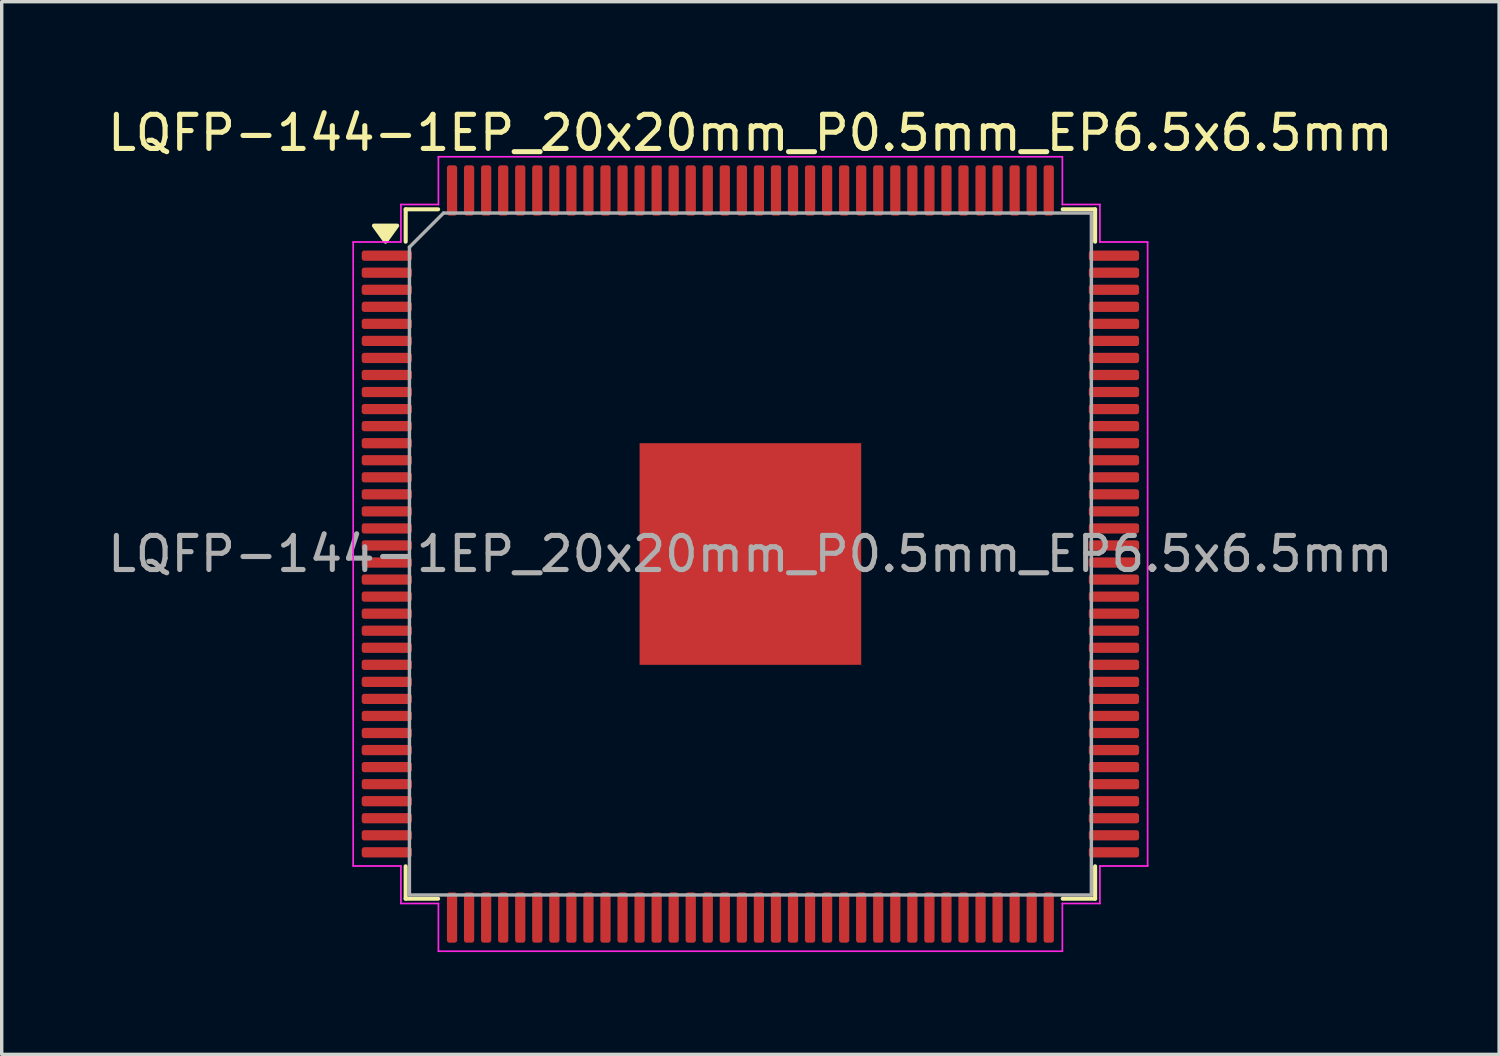
<source format=kicad_pcb>
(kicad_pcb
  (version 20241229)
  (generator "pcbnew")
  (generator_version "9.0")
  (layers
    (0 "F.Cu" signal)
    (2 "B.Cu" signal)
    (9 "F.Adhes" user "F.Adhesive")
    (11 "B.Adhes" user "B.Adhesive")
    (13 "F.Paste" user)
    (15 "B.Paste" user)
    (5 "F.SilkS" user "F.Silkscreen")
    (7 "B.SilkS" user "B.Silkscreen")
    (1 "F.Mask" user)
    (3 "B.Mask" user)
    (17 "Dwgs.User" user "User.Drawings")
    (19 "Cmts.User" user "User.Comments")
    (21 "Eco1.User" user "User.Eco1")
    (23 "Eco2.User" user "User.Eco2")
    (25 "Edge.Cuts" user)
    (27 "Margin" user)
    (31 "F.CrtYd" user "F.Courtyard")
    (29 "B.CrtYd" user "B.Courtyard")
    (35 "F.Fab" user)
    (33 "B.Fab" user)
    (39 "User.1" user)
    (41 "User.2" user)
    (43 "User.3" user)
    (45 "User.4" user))
  (footprint "LQFP-144-1EP_20x20mm_P0.5mm_EP6.5x6.5mm"
    (layer "F.Cu")
    (at 18.958 13.198)
    (property "Reference" "LQFP-144-1EP_20x20mm_P0.5mm_EP6.5x6.5mm" (at 0 -12.35 0) (layer "F.SilkS") (effects (font (size 1 1) (thickness 0.15))))
    (attr smd)
    (fp_line (start -10.11 -10.11) (end -10.11 -9.16) (stroke (width 0.12) (type solid)) (layer "F.SilkS"))
    (fp_line (start -10.11 10.11) (end -10.11 9.16) (stroke (width 0.12) (type solid)) (layer "F.SilkS"))
    (fp_line (start -9.16 -10.11) (end -10.11 -10.11) (stroke (width 0.12) (type solid)) (layer "F.SilkS"))
    (fp_line (start -9.16 10.11) (end -10.11 10.11) (stroke (width 0.12) (type solid)) (layer "F.SilkS"))
    (fp_line (start 9.16 -10.11) (end 10.11 -10.11) (stroke (width 0.12) (type solid)) (layer "F.SilkS"))
    (fp_line (start 9.16 10.11) (end 10.11 10.11) (stroke (width 0.12) (type solid)) (layer "F.SilkS"))
    (fp_line (start 10.11 -10.11) (end 10.11 -9.16) (stroke (width 0.12) (type solid)) (layer "F.SilkS"))
    (fp_line (start 10.11 10.11) (end 10.11 9.16) (stroke (width 0.12) (type solid)) (layer "F.SilkS"))
    (fp_poly (pts (xy -10.7 -9.16) (xy -11.04 -9.63) (xy -10.36 -9.63)) (stroke (width 0.12) (type solid)) (fill yes) (layer "F.SilkS"))
    (fp_line (start -11.65 -9.15) (end -10.25 -9.15) (stroke (width 0.05) (type solid)) (layer "F.CrtYd"))
    (fp_line (start -11.65 9.15) (end -11.65 -9.15) (stroke (width 0.05) (type solid)) (layer "F.CrtYd"))
    (fp_line (start -10.25 -10.25) (end -9.15 -10.25) (stroke (width 0.05) (type solid)) (layer "F.CrtYd"))
    (fp_line (start -10.25 -9.15) (end -10.25 -10.25) (stroke (width 0.05) (type solid)) (layer "F.CrtYd"))
    (fp_line (start -10.25 9.15) (end -11.65 9.15) (stroke (width 0.05) (type solid)) (layer "F.CrtYd"))
    (fp_line (start -10.25 10.25) (end -10.25 9.15) (stroke (width 0.05) (type solid)) (layer "F.CrtYd"))
    (fp_line (start -9.15 -11.65) (end 9.15 -11.65) (stroke (width 0.05) (type solid)) (layer "F.CrtYd"))
    (fp_line (start -9.15 -10.25) (end -9.15 -11.65) (stroke (width 0.05) (type solid)) (layer "F.CrtYd"))
    (fp_line (start -9.15 10.25) (end -10.25 10.25) (stroke (width 0.05) (type solid)) (layer "F.CrtYd"))
    (fp_line (start -9.15 11.65) (end -9.15 10.25) (stroke (width 0.05) (type solid)) (layer "F.CrtYd"))
    (fp_line (start 9.15 -11.65) (end 9.15 -10.25) (stroke (width 0.05) (type solid)) (layer "F.CrtYd"))
    (fp_line (start 9.15 -10.25) (end 10.25 -10.25) (stroke (width 0.05) (type solid)) (layer "F.CrtYd"))
    (fp_line (start 9.15 10.25) (end 9.15 11.65) (stroke (width 0.05) (type solid)) (layer "F.CrtYd"))
    (fp_line (start 9.15 11.65) (end -9.15 11.65) (stroke (width 0.05) (type solid)) (layer "F.CrtYd"))
    (fp_line (start 10.25 -10.25) (end 10.25 -9.15) (stroke (width 0.05) (type solid)) (layer "F.CrtYd"))
    (fp_line (start 10.25 -9.15) (end 11.65 -9.15) (stroke (width 0.05) (type solid)) (layer "F.CrtYd"))
    (fp_line (start 10.25 9.15) (end 10.25 10.25) (stroke (width 0.05) (type solid)) (layer "F.CrtYd"))
    (fp_line (start 10.25 10.25) (end 9.15 10.25) (stroke (width 0.05) (type solid)) (layer "F.CrtYd"))
    (fp_line (start 11.65 -9.15) (end 11.65 9.15) (stroke (width 0.05) (type solid)) (layer "F.CrtYd"))
    (fp_line (start 11.65 9.15) (end 10.25 9.15) (stroke (width 0.05) (type solid)) (layer "F.CrtYd"))
    (fp_line (start -10 -9) (end -9 -10) (stroke (width 0.1) (type solid)) (layer "F.Fab"))
    (fp_line (start -10 10) (end -10 -9) (stroke (width 0.1) (type solid)) (layer "F.Fab"))
    (fp_line (start -9 -10) (end 10 -10) (stroke (width 0.1) (type solid)) (layer "F.Fab"))
    (fp_line (start 10 -10) (end 10 10) (stroke (width 0.1) (type solid)) (layer "F.Fab"))
    (fp_line (start 10 10) (end -10 10) (stroke (width 0.1) (type solid)) (layer "F.Fab"))
    (fp_text user "${REFERENCE}" (at 0 0 0) (layer "F.Fab") (effects (font (size 1 1) (thickness 0.15))))
    (pad "" smd roundrect (at -2.17 -2.17) (size 1.75 1.75) (layers "F.Paste") (roundrect_rratio 0.143))
    (pad "" smd roundrect (at -2.17 0) (size 1.75 1.75) (layers "F.Paste") (roundrect_rratio 0.143))
    (pad "" smd roundrect (at -2.17 2.17) (size 1.75 1.75) (layers "F.Paste") (roundrect_rratio 0.143))
    (pad "" smd roundrect (at 0 -2.17) (size 1.75 1.75) (layers "F.Paste") (roundrect_rratio 0.143))
    (pad "" smd roundrect (at 0 0) (size 1.75 1.75) (layers "F.Paste") (roundrect_rratio 0.143))
    (pad "" smd roundrect (at 0 2.17) (size 1.75 1.75) (layers "F.Paste") (roundrect_rratio 0.143))
    (pad "" smd roundrect (at 2.17 -2.17) (size 1.75 1.75) (layers "F.Paste") (roundrect_rratio 0.143))
    (pad "" smd roundrect (at 2.17 0) (size 1.75 1.75) (layers "F.Paste") (roundrect_rratio 0.143))
    (pad "" smd roundrect (at 2.17 2.17) (size 1.75 1.75) (layers "F.Paste") (roundrect_rratio 0.143))
    (pad "1" smd roundrect (at -10.662 -8.75) (size 1.475 0.3) (layers "F.Cu" "F.Mask" "F.Paste") (roundrect_rratio 0.25))
    (pad "2" smd roundrect (at -10.662 -8.25) (size 1.475 0.3) (layers "F.Cu" "F.Mask" "F.Paste") (roundrect_rratio 0.25))
    (pad "3" smd roundrect (at -10.662 -7.75) (size 1.475 0.3) (layers "F.Cu" "F.Mask" "F.Paste") (roundrect_rratio 0.25))
    (pad "4" smd roundrect (at -10.662 -7.25) (size 1.475 0.3) (layers "F.Cu" "F.Mask" "F.Paste") (roundrect_rratio 0.25))
    (pad "5" smd roundrect (at -10.662 -6.75) (size 1.475 0.3) (layers "F.Cu" "F.Mask" "F.Paste") (roundrect_rratio 0.25))
    (pad "6" smd roundrect (at -10.662 -6.25) (size 1.475 0.3) (layers "F.Cu" "F.Mask" "F.Paste") (roundrect_rratio 0.25))
    (pad "7" smd roundrect (at -10.662 -5.75) (size 1.475 0.3) (layers "F.Cu" "F.Mask" "F.Paste") (roundrect_rratio 0.25))
    (pad "8" smd roundrect (at -10.662 -5.25) (size 1.475 0.3) (layers "F.Cu" "F.Mask" "F.Paste") (roundrect_rratio 0.25))
    (pad "9" smd roundrect (at -10.662 -4.75) (size 1.475 0.3) (layers "F.Cu" "F.Mask" "F.Paste") (roundrect_rratio 0.25))
    (pad "10" smd roundrect (at -10.662 -4.25) (size 1.475 0.3) (layers "F.Cu" "F.Mask" "F.Paste") (roundrect_rratio 0.25))
    (pad "11" smd roundrect (at -10.662 -3.75) (size 1.475 0.3) (layers "F.Cu" "F.Mask" "F.Paste") (roundrect_rratio 0.25))
    (pad "12" smd roundrect (at -10.662 -3.25) (size 1.475 0.3) (layers "F.Cu" "F.Mask" "F.Paste") (roundrect_rratio 0.25))
    (pad "13" smd roundrect (at -10.662 -2.75) (size 1.475 0.3) (layers "F.Cu" "F.Mask" "F.Paste") (roundrect_rratio 0.25))
    (pad "14" smd roundrect (at -10.662 -2.25) (size 1.475 0.3) (layers "F.Cu" "F.Mask" "F.Paste") (roundrect_rratio 0.25))
    (pad "15" smd roundrect (at -10.662 -1.75) (size 1.475 0.3) (layers "F.Cu" "F.Mask" "F.Paste") (roundrect_rratio 0.25))
    (pad "16" smd roundrect (at -10.662 -1.25) (size 1.475 0.3) (layers "F.Cu" "F.Mask" "F.Paste") (roundrect_rratio 0.25))
    (pad "17" smd roundrect (at -10.662 -0.75) (size 1.475 0.3) (layers "F.Cu" "F.Mask" "F.Paste") (roundrect_rratio 0.25))
    (pad "18" smd roundrect (at -10.662 -0.25) (size 1.475 0.3) (layers "F.Cu" "F.Mask" "F.Paste") (roundrect_rratio 0.25))
    (pad "19" smd roundrect (at -10.662 0.25) (size 1.475 0.3) (layers "F.Cu" "F.Mask" "F.Paste") (roundrect_rratio 0.25))
    (pad "20" smd roundrect (at -10.662 0.75) (size 1.475 0.3) (layers "F.Cu" "F.Mask" "F.Paste") (roundrect_rratio 0.25))
    (pad "21" smd roundrect (at -10.662 1.25) (size 1.475 0.3) (layers "F.Cu" "F.Mask" "F.Paste") (roundrect_rratio 0.25))
    (pad "22" smd roundrect (at -10.662 1.75) (size 1.475 0.3) (layers "F.Cu" "F.Mask" "F.Paste") (roundrect_rratio 0.25))
    (pad "23" smd roundrect (at -10.662 2.25) (size 1.475 0.3) (layers "F.Cu" "F.Mask" "F.Paste") (roundrect_rratio 0.25))
    (pad "24" smd roundrect (at -10.662 2.75) (size 1.475 0.3) (layers "F.Cu" "F.Mask" "F.Paste") (roundrect_rratio 0.25))
    (pad "25" smd roundrect (at -10.662 3.25) (size 1.475 0.3) (layers "F.Cu" "F.Mask" "F.Paste") (roundrect_rratio 0.25))
    (pad "26" smd roundrect (at -10.662 3.75) (size 1.475 0.3) (layers "F.Cu" "F.Mask" "F.Paste") (roundrect_rratio 0.25))
    (pad "27" smd roundrect (at -10.662 4.25) (size 1.475 0.3) (layers "F.Cu" "F.Mask" "F.Paste") (roundrect_rratio 0.25))
    (pad "28" smd roundrect (at -10.662 4.75) (size 1.475 0.3) (layers "F.Cu" "F.Mask" "F.Paste") (roundrect_rratio 0.25))
    (pad "29" smd roundrect (at -10.662 5.25) (size 1.475 0.3) (layers "F.Cu" "F.Mask" "F.Paste") (roundrect_rratio 0.25))
    (pad "30" smd roundrect (at -10.662 5.75) (size 1.475 0.3) (layers "F.Cu" "F.Mask" "F.Paste") (roundrect_rratio 0.25))
    (pad "31" smd roundrect (at -10.662 6.25) (size 1.475 0.3) (layers "F.Cu" "F.Mask" "F.Paste") (roundrect_rratio 0.25))
    (pad "32" smd roundrect (at -10.662 6.75) (size 1.475 0.3) (layers "F.Cu" "F.Mask" "F.Paste") (roundrect_rratio 0.25))
    (pad "33" smd roundrect (at -10.662 7.25) (size 1.475 0.3) (layers "F.Cu" "F.Mask" "F.Paste") (roundrect_rratio 0.25))
    (pad "34" smd roundrect (at -10.662 7.75) (size 1.475 0.3) (layers "F.Cu" "F.Mask" "F.Paste") (roundrect_rratio 0.25))
    (pad "35" smd roundrect (at -10.662 8.25) (size 1.475 0.3) (layers "F.Cu" "F.Mask" "F.Paste") (roundrect_rratio 0.25))
    (pad "36" smd roundrect (at -10.662 8.75) (size 1.475 0.3) (layers "F.Cu" "F.Mask" "F.Paste") (roundrect_rratio 0.25))
    (pad "37" smd roundrect (at -8.75 10.662) (size 0.3 1.475) (layers "F.Cu" "F.Mask" "F.Paste") (roundrect_rratio 0.25))
    (pad "38" smd roundrect (at -8.25 10.662) (size 0.3 1.475) (layers "F.Cu" "F.Mask" "F.Paste") (roundrect_rratio 0.25))
    (pad "39" smd roundrect (at -7.75 10.662) (size 0.3 1.475) (layers "F.Cu" "F.Mask" "F.Paste") (roundrect_rratio 0.25))
    (pad "40" smd roundrect (at -7.25 10.662) (size 0.3 1.475) (layers "F.Cu" "F.Mask" "F.Paste") (roundrect_rratio 0.25))
    (pad "41" smd roundrect (at -6.75 10.662) (size 0.3 1.475) (layers "F.Cu" "F.Mask" "F.Paste") (roundrect_rratio 0.25))
    (pad "42" smd roundrect (at -6.25 10.662) (size 0.3 1.475) (layers "F.Cu" "F.Mask" "F.Paste") (roundrect_rratio 0.25))
    (pad "43" smd roundrect (at -5.75 10.662) (size 0.3 1.475) (layers "F.Cu" "F.Mask" "F.Paste") (roundrect_rratio 0.25))
    (pad "44" smd roundrect (at -5.25 10.662) (size 0.3 1.475) (layers "F.Cu" "F.Mask" "F.Paste") (roundrect_rratio 0.25))
    (pad "45" smd roundrect (at -4.75 10.662) (size 0.3 1.475) (layers "F.Cu" "F.Mask" "F.Paste") (roundrect_rratio 0.25))
    (pad "46" smd roundrect (at -4.25 10.662) (size 0.3 1.475) (layers "F.Cu" "F.Mask" "F.Paste") (roundrect_rratio 0.25))
    (pad "47" smd roundrect (at -3.75 10.662) (size 0.3 1.475) (layers "F.Cu" "F.Mask" "F.Paste") (roundrect_rratio 0.25))
    (pad "48" smd roundrect (at -3.25 10.662) (size 0.3 1.475) (layers "F.Cu" "F.Mask" "F.Paste") (roundrect_rratio 0.25))
    (pad "49" smd roundrect (at -2.75 10.662) (size 0.3 1.475) (layers "F.Cu" "F.Mask" "F.Paste") (roundrect_rratio 0.25))
    (pad "50" smd roundrect (at -2.25 10.662) (size 0.3 1.475) (layers "F.Cu" "F.Mask" "F.Paste") (roundrect_rratio 0.25))
    (pad "51" smd roundrect (at -1.75 10.662) (size 0.3 1.475) (layers "F.Cu" "F.Mask" "F.Paste") (roundrect_rratio 0.25))
    (pad "52" smd roundrect (at -1.25 10.662) (size 0.3 1.475) (layers "F.Cu" "F.Mask" "F.Paste") (roundrect_rratio 0.25))
    (pad "53" smd roundrect (at -0.75 10.662) (size 0.3 1.475) (layers "F.Cu" "F.Mask" "F.Paste") (roundrect_rratio 0.25))
    (pad "54" smd roundrect (at -0.25 10.662) (size 0.3 1.475) (layers "F.Cu" "F.Mask" "F.Paste") (roundrect_rratio 0.25))
    (pad "55" smd roundrect (at 0.25 10.662) (size 0.3 1.475) (layers "F.Cu" "F.Mask" "F.Paste") (roundrect_rratio 0.25))
    (pad "56" smd roundrect (at 0.75 10.662) (size 0.3 1.475) (layers "F.Cu" "F.Mask" "F.Paste") (roundrect_rratio 0.25))
    (pad "57" smd roundrect (at 1.25 10.662) (size 0.3 1.475) (layers "F.Cu" "F.Mask" "F.Paste") (roundrect_rratio 0.25))
    (pad "58" smd roundrect (at 1.75 10.662) (size 0.3 1.475) (layers "F.Cu" "F.Mask" "F.Paste") (roundrect_rratio 0.25))
    (pad "59" smd roundrect (at 2.25 10.662) (size 0.3 1.475) (layers "F.Cu" "F.Mask" "F.Paste") (roundrect_rratio 0.25))
    (pad "60" smd roundrect (at 2.75 10.662) (size 0.3 1.475) (layers "F.Cu" "F.Mask" "F.Paste") (roundrect_rratio 0.25))
    (pad "61" smd roundrect (at 3.25 10.662) (size 0.3 1.475) (layers "F.Cu" "F.Mask" "F.Paste") (roundrect_rratio 0.25))
    (pad "62" smd roundrect (at 3.75 10.662) (size 0.3 1.475) (layers "F.Cu" "F.Mask" "F.Paste") (roundrect_rratio 0.25))
    (pad "63" smd roundrect (at 4.25 10.662) (size 0.3 1.475) (layers "F.Cu" "F.Mask" "F.Paste") (roundrect_rratio 0.25))
    (pad "64" smd roundrect (at 4.75 10.662) (size 0.3 1.475) (layers "F.Cu" "F.Mask" "F.Paste") (roundrect_rratio 0.25))
    (pad "65" smd roundrect (at 5.25 10.662) (size 0.3 1.475) (layers "F.Cu" "F.Mask" "F.Paste") (roundrect_rratio 0.25))
    (pad "66" smd roundrect (at 5.75 10.662) (size 0.3 1.475) (layers "F.Cu" "F.Mask" "F.Paste") (roundrect_rratio 0.25))
    (pad "67" smd roundrect (at 6.25 10.662) (size 0.3 1.475) (layers "F.Cu" "F.Mask" "F.Paste") (roundrect_rratio 0.25))
    (pad "68" smd roundrect (at 6.75 10.662) (size 0.3 1.475) (layers "F.Cu" "F.Mask" "F.Paste") (roundrect_rratio 0.25))
    (pad "69" smd roundrect (at 7.25 10.662) (size 0.3 1.475) (layers "F.Cu" "F.Mask" "F.Paste") (roundrect_rratio 0.25))
    (pad "70" smd roundrect (at 7.75 10.662) (size 0.3 1.475) (layers "F.Cu" "F.Mask" "F.Paste") (roundrect_rratio 0.25))
    (pad "71" smd roundrect (at 8.25 10.662) (size 0.3 1.475) (layers "F.Cu" "F.Mask" "F.Paste") (roundrect_rratio 0.25))
    (pad "72" smd roundrect (at 8.75 10.662) (size 0.3 1.475) (layers "F.Cu" "F.Mask" "F.Paste") (roundrect_rratio 0.25))
    (pad "73" smd roundrect (at 10.662 8.75) (size 1.475 0.3) (layers "F.Cu" "F.Mask" "F.Paste") (roundrect_rratio 0.25))
    (pad "74" smd roundrect (at 10.662 8.25) (size 1.475 0.3) (layers "F.Cu" "F.Mask" "F.Paste") (roundrect_rratio 0.25))
    (pad "75" smd roundrect (at 10.662 7.75) (size 1.475 0.3) (layers "F.Cu" "F.Mask" "F.Paste") (roundrect_rratio 0.25))
    (pad "76" smd roundrect (at 10.662 7.25) (size 1.475 0.3) (layers "F.Cu" "F.Mask" "F.Paste") (roundrect_rratio 0.25))
    (pad "77" smd roundrect (at 10.662 6.75) (size 1.475 0.3) (layers "F.Cu" "F.Mask" "F.Paste") (roundrect_rratio 0.25))
    (pad "78" smd roundrect (at 10.662 6.25) (size 1.475 0.3) (layers "F.Cu" "F.Mask" "F.Paste") (roundrect_rratio 0.25))
    (pad "79" smd roundrect (at 10.662 5.75) (size 1.475 0.3) (layers "F.Cu" "F.Mask" "F.Paste") (roundrect_rratio 0.25))
    (pad "80" smd roundrect (at 10.662 5.25) (size 1.475 0.3) (layers "F.Cu" "F.Mask" "F.Paste") (roundrect_rratio 0.25))
    (pad "81" smd roundrect (at 10.662 4.75) (size 1.475 0.3) (layers "F.Cu" "F.Mask" "F.Paste") (roundrect_rratio 0.25))
    (pad "82" smd roundrect (at 10.662 4.25) (size 1.475 0.3) (layers "F.Cu" "F.Mask" "F.Paste") (roundrect_rratio 0.25))
    (pad "83" smd roundrect (at 10.662 3.75) (size 1.475 0.3) (layers "F.Cu" "F.Mask" "F.Paste") (roundrect_rratio 0.25))
    (pad "84" smd roundrect (at 10.662 3.25) (size 1.475 0.3) (layers "F.Cu" "F.Mask" "F.Paste") (roundrect_rratio 0.25))
    (pad "85" smd roundrect (at 10.662 2.75) (size 1.475 0.3) (layers "F.Cu" "F.Mask" "F.Paste") (roundrect_rratio 0.25))
    (pad "86" smd roundrect (at 10.662 2.25) (size 1.475 0.3) (layers "F.Cu" "F.Mask" "F.Paste") (roundrect_rratio 0.25))
    (pad "87" smd roundrect (at 10.662 1.75) (size 1.475 0.3) (layers "F.Cu" "F.Mask" "F.Paste") (roundrect_rratio 0.25))
    (pad "88" smd roundrect (at 10.662 1.25) (size 1.475 0.3) (layers "F.Cu" "F.Mask" "F.Paste") (roundrect_rratio 0.25))
    (pad "89" smd roundrect (at 10.662 0.75) (size 1.475 0.3) (layers "F.Cu" "F.Mask" "F.Paste") (roundrect_rratio 0.25))
    (pad "90" smd roundrect (at 10.662 0.25) (size 1.475 0.3) (layers "F.Cu" "F.Mask" "F.Paste") (roundrect_rratio 0.25))
    (pad "91" smd roundrect (at 10.662 -0.25) (size 1.475 0.3) (layers "F.Cu" "F.Mask" "F.Paste") (roundrect_rratio 0.25))
    (pad "92" smd roundrect (at 10.662 -0.75) (size 1.475 0.3) (layers "F.Cu" "F.Mask" "F.Paste") (roundrect_rratio 0.25))
    (pad "93" smd roundrect (at 10.662 -1.25) (size 1.475 0.3) (layers "F.Cu" "F.Mask" "F.Paste") (roundrect_rratio 0.25))
    (pad "94" smd roundrect (at 10.662 -1.75) (size 1.475 0.3) (layers "F.Cu" "F.Mask" "F.Paste") (roundrect_rratio 0.25))
    (pad "95" smd roundrect (at 10.662 -2.25) (size 1.475 0.3) (layers "F.Cu" "F.Mask" "F.Paste") (roundrect_rratio 0.25))
    (pad "96" smd roundrect (at 10.662 -2.75) (size 1.475 0.3) (layers "F.Cu" "F.Mask" "F.Paste") (roundrect_rratio 0.25))
    (pad "97" smd roundrect (at 10.662 -3.25) (size 1.475 0.3) (layers "F.Cu" "F.Mask" "F.Paste") (roundrect_rratio 0.25))
    (pad "98" smd roundrect (at 10.662 -3.75) (size 1.475 0.3) (layers "F.Cu" "F.Mask" "F.Paste") (roundrect_rratio 0.25))
    (pad "99" smd roundrect (at 10.662 -4.25) (size 1.475 0.3) (layers "F.Cu" "F.Mask" "F.Paste") (roundrect_rratio 0.25))
    (pad "100" smd roundrect (at 10.662 -4.75) (size 1.475 0.3) (layers "F.Cu" "F.Mask" "F.Paste") (roundrect_rratio 0.25))
    (pad "101" smd roundrect (at 10.662 -5.25) (size 1.475 0.3) (layers "F.Cu" "F.Mask" "F.Paste") (roundrect_rratio 0.25))
    (pad "102" smd roundrect (at 10.662 -5.75) (size 1.475 0.3) (layers "F.Cu" "F.Mask" "F.Paste") (roundrect_rratio 0.25))
    (pad "103" smd roundrect (at 10.662 -6.25) (size 1.475 0.3) (layers "F.Cu" "F.Mask" "F.Paste") (roundrect_rratio 0.25))
    (pad "104" smd roundrect (at 10.662 -6.75) (size 1.475 0.3) (layers "F.Cu" "F.Mask" "F.Paste") (roundrect_rratio 0.25))
    (pad "105" smd roundrect (at 10.662 -7.25) (size 1.475 0.3) (layers "F.Cu" "F.Mask" "F.Paste") (roundrect_rratio 0.25))
    (pad "106" smd roundrect (at 10.662 -7.75) (size 1.475 0.3) (layers "F.Cu" "F.Mask" "F.Paste") (roundrect_rratio 0.25))
    (pad "107" smd roundrect (at 10.662 -8.25) (size 1.475 0.3) (layers "F.Cu" "F.Mask" "F.Paste") (roundrect_rratio 0.25))
    (pad "108" smd roundrect (at 10.662 -8.75) (size 1.475 0.3) (layers "F.Cu" "F.Mask" "F.Paste") (roundrect_rratio 0.25))
    (pad "109" smd roundrect (at 8.75 -10.662) (size 0.3 1.475) (layers "F.Cu" "F.Mask" "F.Paste") (roundrect_rratio 0.25))
    (pad "110" smd roundrect (at 8.25 -10.662) (size 0.3 1.475) (layers "F.Cu" "F.Mask" "F.Paste") (roundrect_rratio 0.25))
    (pad "111" smd roundrect (at 7.75 -10.662) (size 0.3 1.475) (layers "F.Cu" "F.Mask" "F.Paste") (roundrect_rratio 0.25))
    (pad "112" smd roundrect (at 7.25 -10.662) (size 0.3 1.475) (layers "F.Cu" "F.Mask" "F.Paste") (roundrect_rratio 0.25))
    (pad "113" smd roundrect (at 6.75 -10.662) (size 0.3 1.475) (layers "F.Cu" "F.Mask" "F.Paste") (roundrect_rratio 0.25))
    (pad "114" smd roundrect (at 6.25 -10.662) (size 0.3 1.475) (layers "F.Cu" "F.Mask" "F.Paste") (roundrect_rratio 0.25))
    (pad "115" smd roundrect (at 5.75 -10.662) (size 0.3 1.475) (layers "F.Cu" "F.Mask" "F.Paste") (roundrect_rratio 0.25))
    (pad "116" smd roundrect (at 5.25 -10.662) (size 0.3 1.475) (layers "F.Cu" "F.Mask" "F.Paste") (roundrect_rratio 0.25))
    (pad "117" smd roundrect (at 4.75 -10.662) (size 0.3 1.475) (layers "F.Cu" "F.Mask" "F.Paste") (roundrect_rratio 0.25))
    (pad "118" smd roundrect (at 4.25 -10.662) (size 0.3 1.475) (layers "F.Cu" "F.Mask" "F.Paste") (roundrect_rratio 0.25))
    (pad "119" smd roundrect (at 3.75 -10.662) (size 0.3 1.475) (layers "F.Cu" "F.Mask" "F.Paste") (roundrect_rratio 0.25))
    (pad "120" smd roundrect (at 3.25 -10.662) (size 0.3 1.475) (layers "F.Cu" "F.Mask" "F.Paste") (roundrect_rratio 0.25))
    (pad "121" smd roundrect (at 2.75 -10.662) (size 0.3 1.475) (layers "F.Cu" "F.Mask" "F.Paste") (roundrect_rratio 0.25))
    (pad "122" smd roundrect (at 2.25 -10.662) (size 0.3 1.475) (layers "F.Cu" "F.Mask" "F.Paste") (roundrect_rratio 0.25))
    (pad "123" smd roundrect (at 1.75 -10.662) (size 0.3 1.475) (layers "F.Cu" "F.Mask" "F.Paste") (roundrect_rratio 0.25))
    (pad "124" smd roundrect (at 1.25 -10.662) (size 0.3 1.475) (layers "F.Cu" "F.Mask" "F.Paste") (roundrect_rratio 0.25))
    (pad "125" smd roundrect (at 0.75 -10.662) (size 0.3 1.475) (layers "F.Cu" "F.Mask" "F.Paste") (roundrect_rratio 0.25))
    (pad "126" smd roundrect (at 0.25 -10.662) (size 0.3 1.475) (layers "F.Cu" "F.Mask" "F.Paste") (roundrect_rratio 0.25))
    (pad "127" smd roundrect (at -0.25 -10.662) (size 0.3 1.475) (layers "F.Cu" "F.Mask" "F.Paste") (roundrect_rratio 0.25))
    (pad "128" smd roundrect (at -0.75 -10.662) (size 0.3 1.475) (layers "F.Cu" "F.Mask" "F.Paste") (roundrect_rratio 0.25))
    (pad "129" smd roundrect (at -1.25 -10.662) (size 0.3 1.475) (layers "F.Cu" "F.Mask" "F.Paste") (roundrect_rratio 0.25))
    (pad "130" smd roundrect (at -1.75 -10.662) (size 0.3 1.475) (layers "F.Cu" "F.Mask" "F.Paste") (roundrect_rratio 0.25))
    (pad "131" smd roundrect (at -2.25 -10.662) (size 0.3 1.475) (layers "F.Cu" "F.Mask" "F.Paste") (roundrect_rratio 0.25))
    (pad "132" smd roundrect (at -2.75 -10.662) (size 0.3 1.475) (layers "F.Cu" "F.Mask" "F.Paste") (roundrect_rratio 0.25))
    (pad "133" smd roundrect (at -3.25 -10.662) (size 0.3 1.475) (layers "F.Cu" "F.Mask" "F.Paste") (roundrect_rratio 0.25))
    (pad "134" smd roundrect (at -3.75 -10.662) (size 0.3 1.475) (layers "F.Cu" "F.Mask" "F.Paste") (roundrect_rratio 0.25))
    (pad "135" smd roundrect (at -4.25 -10.662) (size 0.3 1.475) (layers "F.Cu" "F.Mask" "F.Paste") (roundrect_rratio 0.25))
    (pad "136" smd roundrect (at -4.75 -10.662) (size 0.3 1.475) (layers "F.Cu" "F.Mask" "F.Paste") (roundrect_rratio 0.25))
    (pad "137" smd roundrect (at -5.25 -10.662) (size 0.3 1.475) (layers "F.Cu" "F.Mask" "F.Paste") (roundrect_rratio 0.25))
    (pad "138" smd roundrect (at -5.75 -10.662) (size 0.3 1.475) (layers "F.Cu" "F.Mask" "F.Paste") (roundrect_rratio 0.25))
    (pad "139" smd roundrect (at -6.25 -10.662) (size 0.3 1.475) (layers "F.Cu" "F.Mask" "F.Paste") (roundrect_rratio 0.25))
    (pad "140" smd roundrect (at -6.75 -10.662) (size 0.3 1.475) (layers "F.Cu" "F.Mask" "F.Paste") (roundrect_rratio 0.25))
    (pad "141" smd roundrect (at -7.25 -10.662) (size 0.3 1.475) (layers "F.Cu" "F.Mask" "F.Paste") (roundrect_rratio 0.25))
    (pad "142" smd roundrect (at -7.75 -10.662) (size 0.3 1.475) (layers "F.Cu" "F.Mask" "F.Paste") (roundrect_rratio 0.25))
    (pad "143" smd roundrect (at -8.25 -10.662) (size 0.3 1.475) (layers "F.Cu" "F.Mask" "F.Paste") (roundrect_rratio 0.25))
    (pad "144" smd roundrect (at -8.75 -10.662) (size 0.3 1.475) (layers "F.Cu" "F.Mask" "F.Paste") (roundrect_rratio 0.25))
    (pad "145" smd rect (at 0 0) (size 6.5 6.5) (property pad_prop_heatsink) (layers "F.Cu" "F.Mask")))
  (gr_rect
    (start -3 -3)
    (end 40.917 27.873)
    (stroke (width 0.1) (type default))
    (fill no)
    (layer "Edge.Cuts")))
</source>
